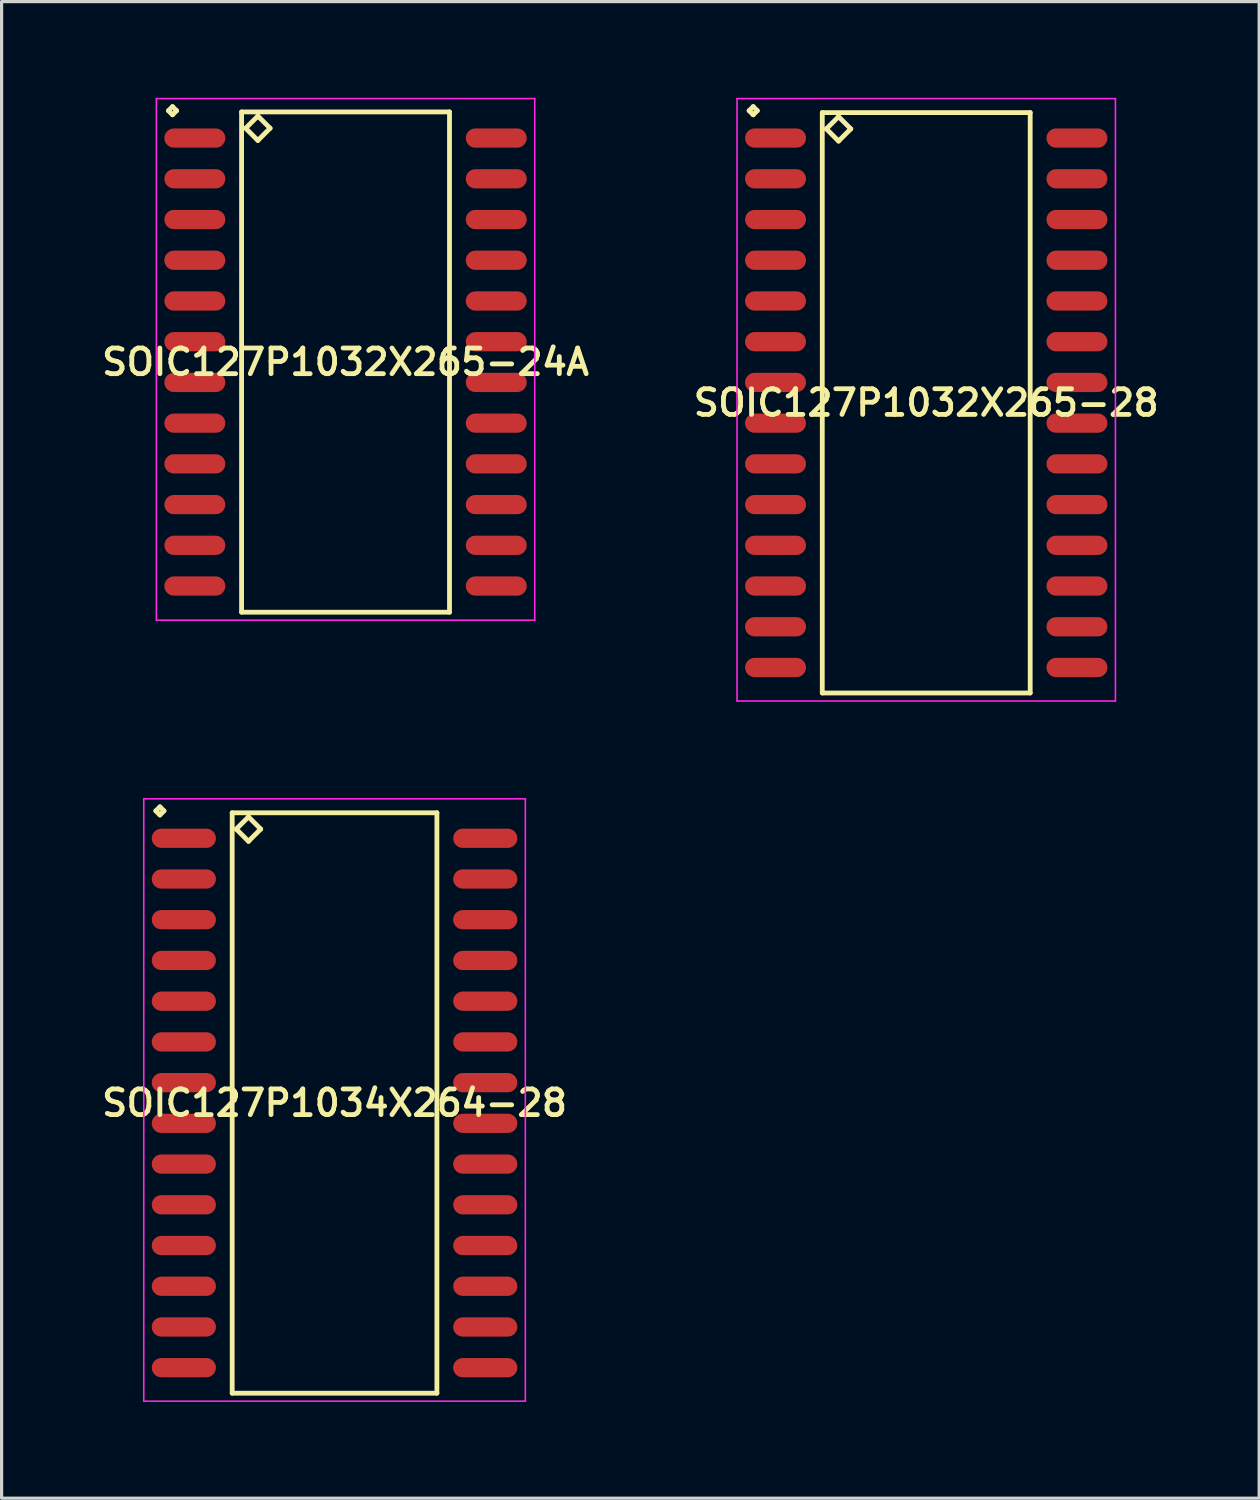
<source format=kicad_pcb>
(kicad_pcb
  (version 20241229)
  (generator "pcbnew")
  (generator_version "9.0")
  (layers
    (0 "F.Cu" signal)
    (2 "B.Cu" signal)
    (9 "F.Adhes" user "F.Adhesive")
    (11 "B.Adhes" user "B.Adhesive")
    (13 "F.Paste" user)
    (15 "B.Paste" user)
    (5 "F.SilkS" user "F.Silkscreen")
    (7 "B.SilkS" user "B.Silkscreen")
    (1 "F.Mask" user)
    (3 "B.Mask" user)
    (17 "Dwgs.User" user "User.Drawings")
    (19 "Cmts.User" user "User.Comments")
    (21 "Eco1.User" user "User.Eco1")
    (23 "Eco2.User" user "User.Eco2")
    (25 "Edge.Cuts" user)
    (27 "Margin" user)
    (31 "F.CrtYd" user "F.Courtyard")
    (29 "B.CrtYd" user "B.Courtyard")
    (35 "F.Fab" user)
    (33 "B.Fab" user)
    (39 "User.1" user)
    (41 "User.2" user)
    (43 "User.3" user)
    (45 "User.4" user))
  (footprint "SOIC127P1032X265-28"
    (layer "F.Cu")
    (at 25.835 9.511)
    (property "Reference" "SOIC127P1032X265-28" (at 0 0 0) (layer "F.SilkS") (effects (font (size 0.8 0.8) (thickness 0.15))))
    (attr smd)
    (fp_line (start -5.523 -9.109) (end -5.396 -9.236) (stroke (width 0.15) (type solid)) (layer "F.SilkS"))
    (fp_line (start -5.396 -9.236) (end -5.269 -9.109) (stroke (width 0.15) (type solid)) (layer "F.SilkS"))
    (fp_line (start -5.396 -8.982) (end -5.523 -9.109) (stroke (width 0.15) (type solid)) (layer "F.SilkS"))
    (fp_line (start -5.269 -9.109) (end -5.396 -8.982) (stroke (width 0.15) (type solid)) (layer "F.SilkS"))
    (fp_line (start -3.242 -9.05) (end -3.242 9.05) (stroke (width 0.15) (type solid)) (layer "F.SilkS"))
    (fp_line (start -3.242 9.05) (end 3.242 9.05) (stroke (width 0.15) (type solid)) (layer "F.SilkS"))
    (fp_line (start -3.115 -8.542) (end -2.734 -8.923) (stroke (width 0.15) (type solid)) (layer "F.SilkS"))
    (fp_line (start -2.734 -8.923) (end -2.353 -8.542) (stroke (width 0.15) (type solid)) (layer "F.SilkS"))
    (fp_line (start -2.734 -8.161) (end -3.115 -8.542) (stroke (width 0.15) (type solid)) (layer "F.SilkS"))
    (fp_line (start -2.353 -8.542) (end -2.734 -8.161) (stroke (width 0.15) (type solid)) (layer "F.SilkS"))
    (fp_line (start 3.242 -9.05) (end -3.242 -9.05) (stroke (width 0.15) (type solid)) (layer "F.SilkS"))
    (fp_line (start 3.242 9.05) (end 3.242 -9.05) (stroke (width 0.15) (type solid)) (layer "F.SilkS"))
    (fp_line (start -5.9 -9.486) (end 5.9 -9.486) (stroke (width 0.05) (type solid)) (layer "F.CrtYd"))
    (fp_line (start -5.9 9.3) (end -5.9 -9.486) (stroke (width 0.05) (type solid)) (layer "F.CrtYd"))
    (fp_line (start 5.9 -9.486) (end 5.9 9.3) (stroke (width 0.05) (type solid)) (layer "F.CrtYd"))
    (fp_line (start 5.9 9.3) (end -5.9 9.3) (stroke (width 0.05) (type solid)) (layer "F.CrtYd"))
    (pad "1" smd oval (at -4.7 -8.255) (size 1.9 0.6) (layers "F.Cu" "F.Mask" "F.Paste"))
    (pad "2" smd oval (at -4.7 -6.985) (size 1.9 0.6) (layers "F.Cu" "F.Mask" "F.Paste"))
    (pad "3" smd oval (at -4.7 -5.715) (size 1.9 0.6) (layers "F.Cu" "F.Mask" "F.Paste"))
    (pad "4" smd oval (at -4.7 -4.445) (size 1.9 0.6) (layers "F.Cu" "F.Mask" "F.Paste"))
    (pad "5" smd oval (at -4.7 -3.175) (size 1.9 0.6) (layers "F.Cu" "F.Mask" "F.Paste"))
    (pad "6" smd oval (at -4.7 -1.905) (size 1.9 0.6) (layers "F.Cu" "F.Mask" "F.Paste"))
    (pad "7" smd oval (at -4.7 -0.635) (size 1.9 0.6) (layers "F.Cu" "F.Mask" "F.Paste"))
    (pad "8" smd oval (at -4.7 0.635) (size 1.9 0.6) (layers "F.Cu" "F.Mask" "F.Paste"))
    (pad "9" smd oval (at -4.7 1.905) (size 1.9 0.6) (layers "F.Cu" "F.Mask" "F.Paste"))
    (pad "10" smd oval (at -4.7 3.175) (size 1.9 0.6) (layers "F.Cu" "F.Mask" "F.Paste"))
    (pad "11" smd oval (at -4.7 4.445) (size 1.9 0.6) (layers "F.Cu" "F.Mask" "F.Paste"))
    (pad "12" smd oval (at -4.7 5.715) (size 1.9 0.6) (layers "F.Cu" "F.Mask" "F.Paste"))
    (pad "13" smd oval (at -4.7 6.985) (size 1.9 0.6) (layers "F.Cu" "F.Mask" "F.Paste"))
    (pad "14" smd oval (at -4.7 8.255) (size 1.9 0.6) (layers "F.Cu" "F.Mask" "F.Paste"))
    (pad "15" smd oval (at 4.7 8.255) (size 1.9 0.6) (layers "F.Cu" "F.Mask" "F.Paste"))
    (pad "16" smd oval (at 4.7 6.985) (size 1.9 0.6) (layers "F.Cu" "F.Mask" "F.Paste"))
    (pad "17" smd oval (at 4.7 5.715) (size 1.9 0.6) (layers "F.Cu" "F.Mask" "F.Paste"))
    (pad "18" smd oval (at 4.7 4.445) (size 1.9 0.6) (layers "F.Cu" "F.Mask" "F.Paste"))
    (pad "19" smd oval (at 4.7 3.175) (size 1.9 0.6) (layers "F.Cu" "F.Mask" "F.Paste"))
    (pad "20" smd oval (at 4.7 1.905) (size 1.9 0.6) (layers "F.Cu" "F.Mask" "F.Paste"))
    (pad "21" smd oval (at 4.7 0.635) (size 1.9 0.6) (layers "F.Cu" "F.Mask" "F.Paste"))
    (pad "22" smd oval (at 4.7 -0.635) (size 1.9 0.6) (layers "F.Cu" "F.Mask" "F.Paste"))
    (pad "23" smd oval (at 4.7 -1.905) (size 1.9 0.6) (layers "F.Cu" "F.Mask" "F.Paste"))
    (pad "24" smd oval (at 4.7 -3.175) (size 1.9 0.6) (layers "F.Cu" "F.Mask" "F.Paste"))
    (pad "25" smd oval (at 4.7 -4.445) (size 1.9 0.6) (layers "F.Cu" "F.Mask" "F.Paste"))
    (pad "26" smd oval (at 4.7 -5.715) (size 1.9 0.6) (layers "F.Cu" "F.Mask" "F.Paste"))
    (pad "27" smd oval (at 4.7 -6.985) (size 1.9 0.6) (layers "F.Cu" "F.Mask" "F.Paste"))
    (pad "28" smd oval (at 4.7 -8.255) (size 1.9 0.6) (layers "F.Cu" "F.Mask" "F.Paste")))
  (footprint "SOIC127P1034X264-28"
    (layer "F.Cu")
    (at 7.383 31.347)
    (property "Reference" "SOIC127P1034X264-28" (at 0 0 0) (layer "F.SilkS") (effects (font (size 0.8 0.8) (thickness 0.15))))
    (attr smd)
    (fp_line (start -5.573 -9.109) (end -5.446 -9.236) (stroke (width 0.15) (type solid)) (layer "F.SilkS"))
    (fp_line (start -5.446 -9.236) (end -5.319 -9.109) (stroke (width 0.15) (type solid)) (layer "F.SilkS"))
    (fp_line (start -5.446 -8.982) (end -5.573 -9.109) (stroke (width 0.15) (type solid)) (layer "F.SilkS"))
    (fp_line (start -5.319 -9.109) (end -5.446 -8.982) (stroke (width 0.15) (type solid)) (layer "F.SilkS"))
    (fp_line (start -3.192 -9.05) (end -3.192 9.05) (stroke (width 0.15) (type solid)) (layer "F.SilkS"))
    (fp_line (start -3.192 9.05) (end 3.192 9.05) (stroke (width 0.15) (type solid)) (layer "F.SilkS"))
    (fp_line (start -3.065 -8.542) (end -2.684 -8.923) (stroke (width 0.15) (type solid)) (layer "F.SilkS"))
    (fp_line (start -2.684 -8.923) (end -2.303 -8.542) (stroke (width 0.15) (type solid)) (layer "F.SilkS"))
    (fp_line (start -2.684 -8.161) (end -3.065 -8.542) (stroke (width 0.15) (type solid)) (layer "F.SilkS"))
    (fp_line (start -2.303 -8.542) (end -2.684 -8.161) (stroke (width 0.15) (type solid)) (layer "F.SilkS"))
    (fp_line (start 3.192 -9.05) (end -3.192 -9.05) (stroke (width 0.15) (type solid)) (layer "F.SilkS"))
    (fp_line (start 3.192 9.05) (end 3.192 -9.05) (stroke (width 0.15) (type solid)) (layer "F.SilkS"))
    (fp_line (start -5.95 -9.486) (end 5.95 -9.486) (stroke (width 0.05) (type solid)) (layer "F.CrtYd"))
    (fp_line (start -5.95 9.3) (end -5.95 -9.486) (stroke (width 0.05) (type solid)) (layer "F.CrtYd"))
    (fp_line (start 5.95 -9.486) (end 5.95 9.3) (stroke (width 0.05) (type solid)) (layer "F.CrtYd"))
    (fp_line (start 5.95 9.3) (end -5.95 9.3) (stroke (width 0.05) (type solid)) (layer "F.CrtYd"))
    (pad "1" smd oval (at -4.7 -8.255) (size 2 0.6) (layers "F.Cu" "F.Mask" "F.Paste"))
    (pad "2" smd oval (at -4.7 -6.985) (size 2 0.6) (layers "F.Cu" "F.Mask" "F.Paste"))
    (pad "3" smd oval (at -4.7 -5.715) (size 2 0.6) (layers "F.Cu" "F.Mask" "F.Paste"))
    (pad "4" smd oval (at -4.7 -4.445) (size 2 0.6) (layers "F.Cu" "F.Mask" "F.Paste"))
    (pad "5" smd oval (at -4.7 -3.175) (size 2 0.6) (layers "F.Cu" "F.Mask" "F.Paste"))
    (pad "6" smd oval (at -4.7 -1.905) (size 2 0.6) (layers "F.Cu" "F.Mask" "F.Paste"))
    (pad "7" smd oval (at -4.7 -0.635) (size 2 0.6) (layers "F.Cu" "F.Mask" "F.Paste"))
    (pad "8" smd oval (at -4.7 0.635) (size 2 0.6) (layers "F.Cu" "F.Mask" "F.Paste"))
    (pad "9" smd oval (at -4.7 1.905) (size 2 0.6) (layers "F.Cu" "F.Mask" "F.Paste"))
    (pad "10" smd oval (at -4.7 3.175) (size 2 0.6) (layers "F.Cu" "F.Mask" "F.Paste"))
    (pad "11" smd oval (at -4.7 4.445) (size 2 0.6) (layers "F.Cu" "F.Mask" "F.Paste"))
    (pad "12" smd oval (at -4.7 5.715) (size 2 0.6) (layers "F.Cu" "F.Mask" "F.Paste"))
    (pad "13" smd oval (at -4.7 6.985) (size 2 0.6) (layers "F.Cu" "F.Mask" "F.Paste"))
    (pad "14" smd oval (at -4.7 8.255) (size 2 0.6) (layers "F.Cu" "F.Mask" "F.Paste"))
    (pad "15" smd oval (at 4.7 8.255) (size 2 0.6) (layers "F.Cu" "F.Mask" "F.Paste"))
    (pad "16" smd oval (at 4.7 6.985) (size 2 0.6) (layers "F.Cu" "F.Mask" "F.Paste"))
    (pad "17" smd oval (at 4.7 5.715) (size 2 0.6) (layers "F.Cu" "F.Mask" "F.Paste"))
    (pad "18" smd oval (at 4.7 4.445) (size 2 0.6) (layers "F.Cu" "F.Mask" "F.Paste"))
    (pad "19" smd oval (at 4.7 3.175) (size 2 0.6) (layers "F.Cu" "F.Mask" "F.Paste"))
    (pad "20" smd oval (at 4.7 1.905) (size 2 0.6) (layers "F.Cu" "F.Mask" "F.Paste"))
    (pad "21" smd oval (at 4.7 0.635) (size 2 0.6) (layers "F.Cu" "F.Mask" "F.Paste"))
    (pad "22" smd oval (at 4.7 -0.635) (size 2 0.6) (layers "F.Cu" "F.Mask" "F.Paste"))
    (pad "23" smd oval (at 4.7 -1.905) (size 2 0.6) (layers "F.Cu" "F.Mask" "F.Paste"))
    (pad "24" smd oval (at 4.7 -3.175) (size 2 0.6) (layers "F.Cu" "F.Mask" "F.Paste"))
    (pad "25" smd oval (at 4.7 -4.445) (size 2 0.6) (layers "F.Cu" "F.Mask" "F.Paste"))
    (pad "26" smd oval (at 4.7 -5.715) (size 2 0.6) (layers "F.Cu" "F.Mask" "F.Paste"))
    (pad "27" smd oval (at 4.7 -6.985) (size 2 0.6) (layers "F.Cu" "F.Mask" "F.Paste"))
    (pad "28" smd oval (at 4.7 -8.255) (size 2 0.6) (layers "F.Cu" "F.Mask" "F.Paste")))
  (footprint "SOIC127P1032X265-24A"
    (layer "F.Cu")
    (at 7.726 8.241)
    (property "Reference" "SOIC127P1032X265-24A" (at 0 0 0) (layer "F.SilkS") (effects (font (size 0.8 0.8) (thickness 0.15))))
    (attr smd)
    (fp_line (start -5.523 -7.839) (end -5.396 -7.966) (stroke (width 0.15) (type solid)) (layer "F.SilkS"))
    (fp_line (start -5.396 -7.966) (end -5.269 -7.839) (stroke (width 0.15) (type solid)) (layer "F.SilkS"))
    (fp_line (start -5.396 -7.712) (end -5.523 -7.839) (stroke (width 0.15) (type solid)) (layer "F.SilkS"))
    (fp_line (start -5.269 -7.839) (end -5.396 -7.712) (stroke (width 0.15) (type solid)) (layer "F.SilkS"))
    (fp_line (start -3.242 -7.8) (end -3.242 7.8) (stroke (width 0.15) (type solid)) (layer "F.SilkS"))
    (fp_line (start -3.242 7.8) (end 3.242 7.8) (stroke (width 0.15) (type solid)) (layer "F.SilkS"))
    (fp_line (start -3.115 -7.292) (end -2.734 -7.673) (stroke (width 0.15) (type solid)) (layer "F.SilkS"))
    (fp_line (start -2.734 -7.673) (end -2.353 -7.292) (stroke (width 0.15) (type solid)) (layer "F.SilkS"))
    (fp_line (start -2.734 -6.911) (end -3.115 -7.292) (stroke (width 0.15) (type solid)) (layer "F.SilkS"))
    (fp_line (start -2.353 -7.292) (end -2.734 -6.911) (stroke (width 0.15) (type solid)) (layer "F.SilkS"))
    (fp_line (start 3.242 -7.8) (end -3.242 -7.8) (stroke (width 0.15) (type solid)) (layer "F.SilkS"))
    (fp_line (start 3.242 7.8) (end 3.242 -7.8) (stroke (width 0.15) (type solid)) (layer "F.SilkS"))
    (fp_line (start -5.9 -8.216) (end 5.9 -8.216) (stroke (width 0.05) (type solid)) (layer "F.CrtYd"))
    (fp_line (start -5.9 8.05) (end -5.9 -8.216) (stroke (width 0.05) (type solid)) (layer "F.CrtYd"))
    (fp_line (start 5.9 -8.216) (end 5.9 8.05) (stroke (width 0.05) (type solid)) (layer "F.CrtYd"))
    (fp_line (start 5.9 8.05) (end -5.9 8.05) (stroke (width 0.05) (type solid)) (layer "F.CrtYd"))
    (pad "1" smd oval (at -4.7 -6.985) (size 1.9 0.6) (layers "F.Cu" "F.Mask" "F.Paste"))
    (pad "2" smd oval (at -4.7 -5.715) (size 1.9 0.6) (layers "F.Cu" "F.Mask" "F.Paste"))
    (pad "3" smd oval (at -4.7 -4.445) (size 1.9 0.6) (layers "F.Cu" "F.Mask" "F.Paste"))
    (pad "4" smd oval (at -4.7 -3.175) (size 1.9 0.6) (layers "F.Cu" "F.Mask" "F.Paste"))
    (pad "5" smd oval (at -4.7 -1.905) (size 1.9 0.6) (layers "F.Cu" "F.Mask" "F.Paste"))
    (pad "6" smd oval (at -4.7 -0.635) (size 1.9 0.6) (layers "F.Cu" "F.Mask" "F.Paste"))
    (pad "7" smd oval (at -4.7 0.635) (size 1.9 0.6) (layers "F.Cu" "F.Mask" "F.Paste"))
    (pad "8" smd oval (at -4.7 1.905) (size 1.9 0.6) (layers "F.Cu" "F.Mask" "F.Paste"))
    (pad "9" smd oval (at -4.7 3.175) (size 1.9 0.6) (layers "F.Cu" "F.Mask" "F.Paste"))
    (pad "10" smd oval (at -4.7 4.445) (size 1.9 0.6) (layers "F.Cu" "F.Mask" "F.Paste"))
    (pad "11" smd oval (at -4.7 5.715) (size 1.9 0.6) (layers "F.Cu" "F.Mask" "F.Paste"))
    (pad "12" smd oval (at -4.7 6.985) (size 1.9 0.6) (layers "F.Cu" "F.Mask" "F.Paste"))
    (pad "13" smd oval (at 4.7 6.985) (size 1.9 0.6) (layers "F.Cu" "F.Mask" "F.Paste"))
    (pad "14" smd oval (at 4.7 5.715) (size 1.9 0.6) (layers "F.Cu" "F.Mask" "F.Paste"))
    (pad "15" smd oval (at 4.7 4.445) (size 1.9 0.6) (layers "F.Cu" "F.Mask" "F.Paste"))
    (pad "16" smd oval (at 4.7 3.175) (size 1.9 0.6) (layers "F.Cu" "F.Mask" "F.Paste"))
    (pad "17" smd oval (at 4.7 1.905) (size 1.9 0.6) (layers "F.Cu" "F.Mask" "F.Paste"))
    (pad "18" smd oval (at 4.7 0.635) (size 1.9 0.6) (layers "F.Cu" "F.Mask" "F.Paste"))
    (pad "19" smd oval (at 4.7 -0.635) (size 1.9 0.6) (layers "F.Cu" "F.Mask" "F.Paste"))
    (pad "20" smd oval (at 4.7 -1.905) (size 1.9 0.6) (layers "F.Cu" "F.Mask" "F.Paste"))
    (pad "21" smd oval (at 4.7 -3.175) (size 1.9 0.6) (layers "F.Cu" "F.Mask" "F.Paste"))
    (pad "22" smd oval (at 4.7 -4.445) (size 1.9 0.6) (layers "F.Cu" "F.Mask" "F.Paste"))
    (pad "23" smd oval (at 4.7 -5.715) (size 1.9 0.6) (layers "F.Cu" "F.Mask" "F.Paste"))
    (pad "24" smd oval (at 4.7 -6.985) (size 1.9 0.6) (layers "F.Cu" "F.Mask" "F.Paste")))
  (gr_rect
    (start -3 -3)
    (end 36.218 43.672)
    (stroke (width 0.1) (type default))
    (fill no)
    (layer "Edge.Cuts")))
</source>
